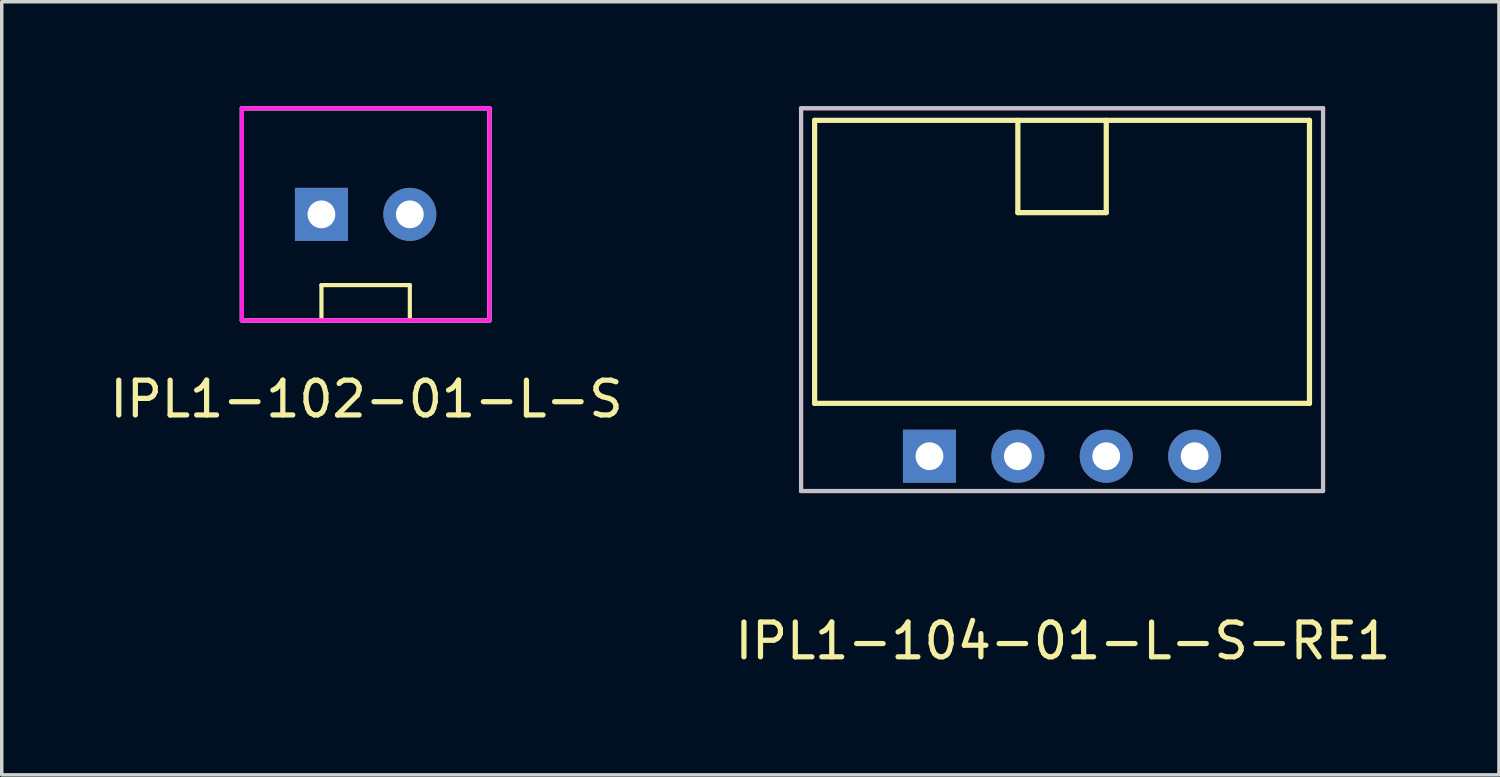
<source format=kicad_pcb>
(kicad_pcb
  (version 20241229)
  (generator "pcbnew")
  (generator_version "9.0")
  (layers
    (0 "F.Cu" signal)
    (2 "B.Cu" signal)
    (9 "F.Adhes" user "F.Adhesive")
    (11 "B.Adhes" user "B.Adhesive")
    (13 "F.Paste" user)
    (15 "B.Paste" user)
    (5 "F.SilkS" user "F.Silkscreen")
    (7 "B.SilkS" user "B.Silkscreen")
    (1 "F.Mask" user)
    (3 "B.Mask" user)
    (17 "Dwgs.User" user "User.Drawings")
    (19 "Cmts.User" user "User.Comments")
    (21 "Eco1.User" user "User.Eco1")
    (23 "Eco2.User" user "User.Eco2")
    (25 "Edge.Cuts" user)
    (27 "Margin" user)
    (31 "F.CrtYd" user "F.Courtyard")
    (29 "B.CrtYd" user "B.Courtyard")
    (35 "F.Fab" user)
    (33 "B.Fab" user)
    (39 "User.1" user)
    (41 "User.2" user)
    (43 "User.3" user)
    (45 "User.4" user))
  (footprint "IPL1-104-01-L-S-RE1"
    (layer "F.Cu")
    (at 27.469 10.06)
    (property "Reference" "IPL1-104-01-L-S-RE1" (at 0.025 5.309 0) (layer "F.SilkS") (effects (font (size 1 1) (thickness 0.15))))
    (attr through_hole)
    (fp_line (start -7.11 -9.652) (end 7.11 -9.652) (stroke (width 0.15) (type solid)) (layer "F.SilkS"))
    (fp_line (start -7.11 -1.52) (end -7.11 -9.65) (stroke (width 0.15) (type solid)) (layer "F.SilkS"))
    (fp_line (start -7.11 -1.52) (end 7.11 -1.52) (stroke (width 0.15) (type solid)) (layer "F.SilkS"))
    (fp_line (start -1.27 -7) (end -1.27 -9.652) (stroke (width 0.15) (type solid)) (layer "F.SilkS"))
    (fp_line (start -1.27 -7) (end 1.27 -7) (stroke (width 0.15) (type solid)) (layer "F.SilkS"))
    (fp_line (start 1.27 -7) (end 1.27 -9.652) (stroke (width 0.15) (type solid)) (layer "F.SilkS"))
    (fp_line (start 7.11 -1.52) (end 7.11 -9.65) (stroke (width 0.15) (type solid)) (layer "F.SilkS"))
    (fp_line (start -7.5 -10) (end -7.5 1) (stroke (width 0.12) (type solid)) (layer "Dwgs.User"))
    (fp_line (start -7.5 1) (end 7.5 1) (stroke (width 0.12) (type solid)) (layer "Dwgs.User"))
    (fp_line (start 7.5 -10) (end -7.5 -10) (stroke (width 0.12) (type solid)) (layer "Dwgs.User"))
    (fp_line (start 7.5 1) (end 7.5 -10) (stroke (width 0.12) (type solid)) (layer "Dwgs.User"))
    (fp_line (start -7.5 -10) (end -7.5 1) (stroke (width 0.12) (type solid)) (layer "F.CrtYd"))
    (fp_line (start -7.5 1) (end 7.5 1) (stroke (width 0.12) (type solid)) (layer "F.CrtYd"))
    (fp_line (start 7.5 -10) (end -7.5 -10) (stroke (width 0.12) (type solid)) (layer "F.CrtYd"))
    (fp_line (start 7.5 1) (end 7.5 -10) (stroke (width 0.12) (type solid)) (layer "F.CrtYd"))
    (pad "1" thru_hole rect (at -3.81 0) (size 1.524 1.524) (drill 0.8) (layers "*.Cu" "*.Mask"))
    (pad "2" thru_hole circle (at -1.27 0) (size 1.524 1.524) (drill 0.8) (layers "*.Cu" "*.Mask"))
    (pad "3" thru_hole circle (at 1.27 0) (size 1.524 1.524) (drill 0.8) (layers "*.Cu" "*.Mask"))
    (pad "4" thru_hole circle (at 3.81 0) (size 1.524 1.524) (drill 0.8) (layers "*.Cu" "*.Mask")))
  (footprint "IPL1-102-01-L-S"
    (layer "F.Cu")
    (at 7.457 3.11)
    (property "Reference" "IPL1-102-01-L-S" (at 0.025 5.309 0) (layer "F.SilkS") (effects (font (size 1 1) (thickness 0.15))))
    (attr through_hole)
    (fp_line (start -3.556 -3.048) (end -3.556 3.048) (stroke (width 0.12) (type solid)) (layer "F.SilkS"))
    (fp_line (start -3.556 3.048) (end 3.556 3.048) (stroke (width 0.12) (type solid)) (layer "F.SilkS"))
    (fp_line (start -1.27 2.032) (end -1.27 3.048) (stroke (width 0.12) (type solid)) (layer "F.SilkS"))
    (fp_line (start 1.27 2.032) (end -1.27 2.032) (stroke (width 0.12) (type solid)) (layer "F.SilkS"))
    (fp_line (start 1.27 3.048) (end 1.27 2.032) (stroke (width 0.12) (type solid)) (layer "F.SilkS"))
    (fp_line (start 3.556 -3.048) (end -3.556 -3.048) (stroke (width 0.12) (type solid)) (layer "F.SilkS"))
    (fp_line (start 3.556 3.048) (end 3.556 -3.048) (stroke (width 0.12) (type solid)) (layer "F.SilkS"))
    (fp_line (start -3.556 -3.048) (end -3.556 3.048) (stroke (width 0.12) (type solid)) (layer "F.CrtYd"))
    (fp_line (start -3.556 3.048) (end 3.556 3.048) (stroke (width 0.12) (type solid)) (layer "F.CrtYd"))
    (fp_line (start 3.556 -3.048) (end -3.556 -3.048) (stroke (width 0.12) (type solid)) (layer "F.CrtYd"))
    (fp_line (start 3.556 3.048) (end 3.556 -3.048) (stroke (width 0.12) (type solid)) (layer "F.CrtYd"))
    (fp_line (start -3.556 -3.05) (end 3.556 -3.05) (stroke (width 0.12) (type solid)) (layer "F.Fab"))
    (fp_line (start -3.556 3.05) (end -3.556 -3.05) (stroke (width 0.12) (type solid)) (layer "F.Fab"))
    (fp_line (start 3.556 -3.05) (end 3.556 3.048) (stroke (width 0.12) (type solid)) (layer "F.Fab"))
    (fp_line (start 3.556 3.05) (end -3.556 3.05) (stroke (width 0.12) (type solid)) (layer "F.Fab"))
    (pad "1" thru_hole rect (at -1.27 0) (size 1.524 1.524) (drill 0.8) (layers "*.Cu" "*.Mask"))
    (pad "2" thru_hole circle (at 1.27 0) (size 1.524 1.524) (drill 0.8) (layers "*.Cu" "*.Mask")))
  (gr_rect
    (start -3 -3)
    (end 40.024 19.217)
    (stroke (width 0.1) (type default))
    (fill no)
    (layer "Edge.Cuts")))
</source>
